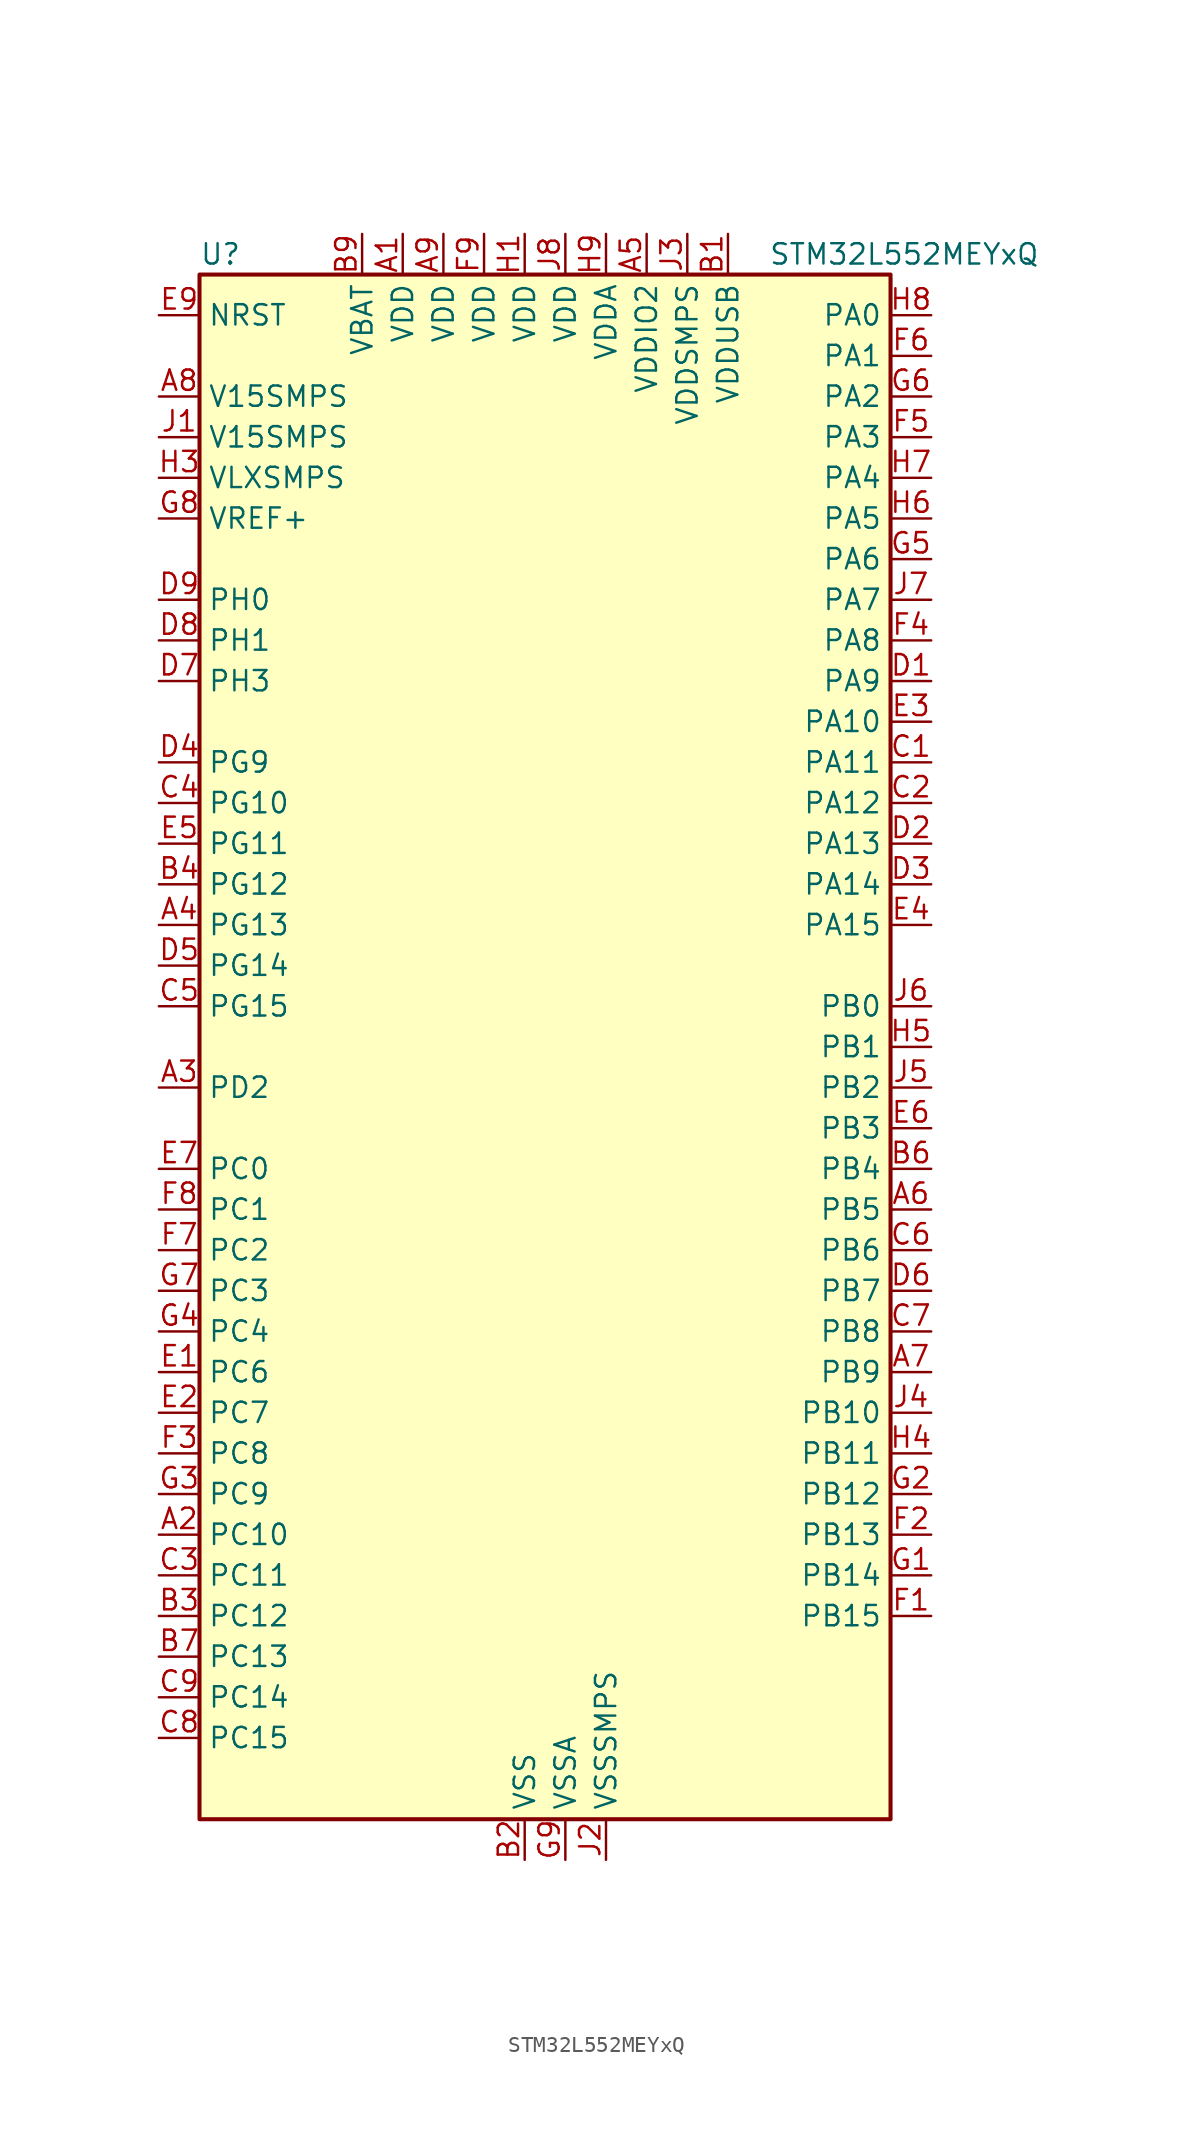
<source format=kicad_sym>
(kicad_symbol_lib
  (version 20220914)
  (generator kicad_symbol_editor)
  (symbol "STM32L552MEYxQ"
    (property "Reference" "U"
      (at -20.32 49.53 0)
      (effects (font (size 1.27 1.27)) (justify left)))
    (property "Value" "STM32L552MEYxQ"
      (at 15.24 49.53 0)
      (effects (font (size 1.27 1.27)) (justify left)))
    (property "ki_locked" ""
      (at 0 0 0)
      (effects (font (size 1.27 1.27))))
    (symbol "STM32L552MEYxQ_0_1"
      (rectangle (start -20.32 -48.26) (end 22.86 48.26) (stroke (width 0.254) (type default)) (fill (type background))))
    (symbol "STM32L552MEYxQ_1_1"
      (pin power_in line (at -7.62 50.8 270) (length 2.54) (name "VDD" (effects (font (size 1.27 1.27)))) (number "A1" (effects (font (size 1.27 1.27)))))
      (pin bidirectional line (at -22.86 -30.48 0) (length 2.54) (name "PC10" (effects (font (size 1.27 1.27)))) (number "A2" (effects (font (size 1.27 1.27)))) (alternate "DEBUG_TRACED1" bidirectional line) (alternate "LPTIM3_ETR" bidirectional line) (alternate "SAI2_SCK_B" bidirectional line) (alternate "SDMMC1_D2" bidirectional line) (alternate "SPI3_SCK" bidirectional line) (alternate "TSC_G3_IO2" bidirectional line) (alternate "UART4_TX" bidirectional line) (alternate "USART3_TX" bidirectional line))
      (pin bidirectional line (at -22.86 -2.54 0) (length 2.54) (name "PD2" (effects (font (size 1.27 1.27)))) (number "A3" (effects (font (size 1.27 1.27)))) (alternate "DEBUG_TRACED2" bidirectional line) (alternate "SDMMC1_CMD" bidirectional line) (alternate "TIM3_ETR" bidirectional line) (alternate "TSC_SYNC" bidirectional line) (alternate "UART5_RX" bidirectional line) (alternate "USART3_DE" bidirectional line) (alternate "USART3_RTS" bidirectional line))
      (pin bidirectional line (at -22.86 7.62 0) (length 2.54) (name "PG13" (effects (font (size 1.27 1.27)))) (number "A4" (effects (font (size 1.27 1.27)))) (alternate "I2C1_SDA" bidirectional line) (alternate "USART1_CK" bidirectional line))
      (pin power_in line (at 7.62 50.8 270) (length 2.54) (name "VDDIO2" (effects (font (size 1.27 1.27)))) (number "A5" (effects (font (size 1.27 1.27)))))
      (pin bidirectional line (at 25.4 -10.16 180) (length 2.54) (name "PB5" (effects (font (size 1.27 1.27)))) (number "A6" (effects (font (size 1.27 1.27)))) (alternate "COMP2_OUT" bidirectional line) (alternate "I2C1_SMBA" bidirectional line) (alternate "LPTIM1_IN1" bidirectional line) (alternate "OCTOSPI1_NCLK" bidirectional line) (alternate "SAI1_SD_B" bidirectional line) (alternate "SPI1_MOSI" bidirectional line) (alternate "SPI3_MOSI" bidirectional line) (alternate "TIM16_BKIN" bidirectional line) (alternate "TIM3_CH2" bidirectional line) (alternate "TSC_G2_IO2" bidirectional line) (alternate "UART5_CTS" bidirectional line) (alternate "UCPD1_DBCC1" bidirectional line) (alternate "USART1_CK" bidirectional line))
      (pin bidirectional line (at 25.4 -20.32 180) (length 2.54) (name "PB9" (effects (font (size 1.27 1.27)))) (number "A7" (effects (font (size 1.27 1.27)))) (alternate "DAC1_EXTI9" bidirectional line) (alternate "FDCAN1_TX" bidirectional line) (alternate "I2C1_SDA" bidirectional line) (alternate "IR_OUT" bidirectional line) (alternate "SAI1_D2" bidirectional line) (alternate "SAI1_FS_A" bidirectional line) (alternate "SDMMC1_CDIR" bidirectional line) (alternate "SDMMC1_D5" bidirectional line) (alternate "SPI2_NSS" bidirectional line) (alternate "TIM17_CH1" bidirectional line) (alternate "TIM4_CH4" bidirectional line))
      (pin power_in line (at -22.86 40.64 0) (length 2.54) (name "V15SMPS" (effects (font (size 1.27 1.27)))) (number "A8" (effects (font (size 1.27 1.27)))))
      (pin power_in line (at -5.08 50.8 270) (length 2.54) (name "VDD" (effects (font (size 1.27 1.27)))) (number "A9" (effects (font (size 1.27 1.27)))))
      (pin power_in line (at 12.7 50.8 270) (length 2.54) (name "VDDUSB" (effects (font (size 1.27 1.27)))) (number "B1" (effects (font (size 1.27 1.27)))))
      (pin power_in line (at 0 -50.8 90) (length 2.54) (name "VSS" (effects (font (size 1.27 1.27)))) (number "B2" (effects (font (size 1.27 1.27)))))
      (pin bidirectional line (at -22.86 -35.56 0) (length 2.54) (name "PC12" (effects (font (size 1.27 1.27)))) (number "B3" (effects (font (size 1.27 1.27)))) (alternate "DEBUG_TRACED3" bidirectional line) (alternate "SAI2_SD_B" bidirectional line) (alternate "SDMMC1_CK" bidirectional line) (alternate "SPI3_MOSI" bidirectional line) (alternate "TSC_G3_IO4" bidirectional line) (alternate "UART5_TX" bidirectional line) (alternate "USART3_CK" bidirectional line))
      (pin bidirectional line (at -22.86 10.16 0) (length 2.54) (name "PG12" (effects (font (size 1.27 1.27)))) (number "B4" (effects (font (size 1.27 1.27)))) (alternate "LPTIM1_ETR" bidirectional line) (alternate "SAI2_SD_A" bidirectional line) (alternate "SPI3_NSS" bidirectional line) (alternate "USART1_DE" bidirectional line) (alternate "USART1_RTS" bidirectional line))
      (pin passive line (at 0 -50.8 90) (length 2.54) hide (name "VSS" (effects (font (size 1.27 1.27)))) (number "B5" (effects (font (size 1.27 1.27)))))
      (pin bidirectional line (at 25.4 -7.62 180) (length 2.54) (name "PB4" (effects (font (size 1.27 1.27)))) (number "B6" (effects (font (size 1.27 1.27)))) (alternate "COMP2_INP" bidirectional line) (alternate "DEBUG_JTRST" bidirectional line) (alternate "I2C3_SDA" bidirectional line) (alternate "SAI1_MCLK_B" bidirectional line) (alternate "SPI1_MISO" bidirectional line) (alternate "SPI3_MISO" bidirectional line) (alternate "TIM17_BKIN" bidirectional line) (alternate "TIM3_CH1" bidirectional line) (alternate "TSC_G2_IO1" bidirectional line) (alternate "UART5_DE" bidirectional line) (alternate "UART5_RTS" bidirectional line) (alternate "USART1_CTS" bidirectional line) (alternate "USART1_NSS" bidirectional line))
      (pin bidirectional line (at -22.86 -38.1 0) (length 2.54) (name "PC13" (effects (font (size 1.27 1.27)))) (number "B7" (effects (font (size 1.27 1.27)))) (alternate "PWR_WKUP2" bidirectional line) (alternate "RTC_OUT1" bidirectional line) (alternate "RTC_TS" bidirectional line) (alternate "TAMP_IN1" bidirectional line) (alternate "TAMP_OUT2" bidirectional line))
      (pin passive line (at 0 -50.8 90) (length 2.54) hide (name "VSS" (effects (font (size 1.27 1.27)))) (number "B8" (effects (font (size 1.27 1.27)))))
      (pin power_in line (at -10.16 50.8 270) (length 2.54) (name "VBAT" (effects (font (size 1.27 1.27)))) (number "B9" (effects (font (size 1.27 1.27)))))
      (pin bidirectional line (at 25.4 17.78 180) (length 2.54) (name "PA11" (effects (font (size 1.27 1.27)))) (number "C1" (effects (font (size 1.27 1.27)))) (alternate "ADC1_EXTI11" bidirectional line) (alternate "ADC2_EXTI11" bidirectional line) (alternate "FDCAN1_RX" bidirectional line) (alternate "SPI1_MISO" bidirectional line) (alternate "TIM1_BKIN2" bidirectional line) (alternate "TIM1_CH4" bidirectional line) (alternate "USART1_CTS" bidirectional line) (alternate "USART1_NSS" bidirectional line) (alternate "USB_DM" bidirectional line))
      (pin bidirectional line (at 25.4 15.24 180) (length 2.54) (name "PA12" (effects (font (size 1.27 1.27)))) (number "C2" (effects (font (size 1.27 1.27)))) (alternate "FDCAN1_TX" bidirectional line) (alternate "SPI1_MOSI" bidirectional line) (alternate "TIM1_ETR" bidirectional line) (alternate "USART1_DE" bidirectional line) (alternate "USART1_RTS" bidirectional line) (alternate "USB_DP" bidirectional line))
      (pin bidirectional line (at -22.86 -33.02 0) (length 2.54) (name "PC11" (effects (font (size 1.27 1.27)))) (number "C3" (effects (font (size 1.27 1.27)))) (alternate "ADC1_EXTI11" bidirectional line) (alternate "ADC2_EXTI11" bidirectional line) (alternate "LPTIM3_IN1" bidirectional line) (alternate "OCTOSPI1_NCS" bidirectional line) (alternate "SAI2_MCLK_B" bidirectional line) (alternate "SDMMC1_D3" bidirectional line) (alternate "SPI3_MISO" bidirectional line) (alternate "TSC_G3_IO3" bidirectional line) (alternate "UART4_RX" bidirectional line) (alternate "UCPD1_FRSTX2" bidirectional line) (alternate "USART3_RX" bidirectional line))
      (pin bidirectional line (at -22.86 15.24 0) (length 2.54) (name "PG10" (effects (font (size 1.27 1.27)))) (number "C4" (effects (font (size 1.27 1.27)))) (alternate "LPTIM1_IN1" bidirectional line) (alternate "SAI2_FS_A" bidirectional line) (alternate "SPI3_MISO" bidirectional line) (alternate "TIM15_CH1" bidirectional line) (alternate "USART1_RX" bidirectional line))
      (pin bidirectional line (at -22.86 2.54 0) (length 2.54) (name "PG15" (effects (font (size 1.27 1.27)))) (number "C5" (effects (font (size 1.27 1.27)))) (alternate "ADC1_EXTI15" bidirectional line) (alternate "ADC2_EXTI15" bidirectional line) (alternate "I2C1_SMBA" bidirectional line) (alternate "LPTIM1_OUT" bidirectional line))
      (pin bidirectional line (at 25.4 -12.7 180) (length 2.54) (name "PB6" (effects (font (size 1.27 1.27)))) (number "C6" (effects (font (size 1.27 1.27)))) (alternate "COMP2_INP" bidirectional line) (alternate "I2C1_SCL" bidirectional line) (alternate "I2C4_SCL" bidirectional line) (alternate "LPTIM1_ETR" bidirectional line) (alternate "SAI1_FS_B" bidirectional line) (alternate "TIM16_CH1N" bidirectional line) (alternate "TIM4_CH1" bidirectional line) (alternate "TIM8_BKIN2" bidirectional line) (alternate "TSC_G2_IO3" bidirectional line) (alternate "USART1_TX" bidirectional line))
      (pin bidirectional line (at 25.4 -17.78 180) (length 2.54) (name "PB8" (effects (font (size 1.27 1.27)))) (number "C7" (effects (font (size 1.27 1.27)))) (alternate "DFSDM1_CKOUT" bidirectional line) (alternate "FDCAN1_RX" bidirectional line) (alternate "I2C1_SCL" bidirectional line) (alternate "SAI1_CK1" bidirectional line) (alternate "SAI1_MCLK_A" bidirectional line) (alternate "SDMMC1_CKIN" bidirectional line) (alternate "SDMMC1_D4" bidirectional line) (alternate "TIM16_CH1" bidirectional line) (alternate "TIM4_CH3" bidirectional line))
      (pin bidirectional line (at -22.86 -43.18 0) (length 2.54) (name "PC15" (effects (font (size 1.27 1.27)))) (number "C8" (effects (font (size 1.27 1.27)))) (alternate "ADC1_EXTI15" bidirectional line) (alternate "ADC2_EXTI15" bidirectional line) (alternate "RCC_OSC32_OUT" bidirectional line))
      (pin bidirectional line (at -22.86 -40.64 0) (length 2.54) (name "PC14" (effects (font (size 1.27 1.27)))) (number "C9" (effects (font (size 1.27 1.27)))) (alternate "RCC_OSC32_IN" bidirectional line))
      (pin bidirectional line (at 25.4 22.86 180) (length 2.54) (name "PA9" (effects (font (size 1.27 1.27)))) (number "D1" (effects (font (size 1.27 1.27)))) (alternate "DAC1_EXTI9" bidirectional line) (alternate "SAI1_FS_A" bidirectional line) (alternate "SPI2_SCK" bidirectional line) (alternate "TIM15_BKIN" bidirectional line) (alternate "TIM1_CH2" bidirectional line) (alternate "USART1_TX" bidirectional line))
      (pin bidirectional line (at 25.4 12.7 180) (length 2.54) (name "PA13" (effects (font (size 1.27 1.27)))) (number "D2" (effects (font (size 1.27 1.27)))) (alternate "DEBUG_JTMS-SWDIO" bidirectional line) (alternate "IR_OUT" bidirectional line) (alternate "SAI1_SD_B" bidirectional line) (alternate "USB_NOE" bidirectional line))
      (pin bidirectional line (at 25.4 10.16 180) (length 2.54) (name "PA14" (effects (font (size 1.27 1.27)))) (number "D3" (effects (font (size 1.27 1.27)))) (alternate "DEBUG_JTCK-SWCLK" bidirectional line) (alternate "I2C1_SMBA" bidirectional line) (alternate "I2C4_SMBA" bidirectional line) (alternate "LPTIM1_OUT" bidirectional line) (alternate "SAI1_FS_B" bidirectional line))
      (pin bidirectional line (at -22.86 17.78 0) (length 2.54) (name "PG9" (effects (font (size 1.27 1.27)))) (number "D4" (effects (font (size 1.27 1.27)))) (alternate "DAC1_EXTI9" bidirectional line) (alternate "SAI2_SCK_A" bidirectional line) (alternate "SPI3_SCK" bidirectional line) (alternate "TIM15_CH1N" bidirectional line) (alternate "USART1_TX" bidirectional line))
      (pin bidirectional line (at -22.86 5.08 0) (length 2.54) (name "PG14" (effects (font (size 1.27 1.27)))) (number "D5" (effects (font (size 1.27 1.27)))) (alternate "I2C1_SCL" bidirectional line))
      (pin bidirectional line (at 25.4 -15.24 180) (length 2.54) (name "PB7" (effects (font (size 1.27 1.27)))) (number "D6" (effects (font (size 1.27 1.27)))) (alternate "COMP2_INM" bidirectional line) (alternate "I2C1_SDA" bidirectional line) (alternate "I2C4_SDA" bidirectional line) (alternate "LPTIM1_IN2" bidirectional line) (alternate "PWR_PVD_IN" bidirectional line) (alternate "TIM17_CH1N" bidirectional line) (alternate "TIM4_CH2" bidirectional line) (alternate "TIM8_BKIN" bidirectional line) (alternate "TSC_G2_IO4" bidirectional line) (alternate "UART4_CTS" bidirectional line) (alternate "USART1_RX" bidirectional line))
      (pin bidirectional line (at -22.86 22.86 0) (length 2.54) (name "PH3" (effects (font (size 1.27 1.27)))) (number "D7" (effects (font (size 1.27 1.27)))))
      (pin bidirectional line (at -22.86 25.4 0) (length 2.54) (name "PH1" (effects (font (size 1.27 1.27)))) (number "D8" (effects (font (size 1.27 1.27)))) (alternate "RCC_OSC_OUT" bidirectional line))
      (pin bidirectional line (at -22.86 27.94 0) (length 2.54) (name "PH0" (effects (font (size 1.27 1.27)))) (number "D9" (effects (font (size 1.27 1.27)))) (alternate "RCC_OSC_IN" bidirectional line))
      (pin bidirectional line (at -22.86 -20.32 0) (length 2.54) (name "PC6" (effects (font (size 1.27 1.27)))) (number "E1" (effects (font (size 1.27 1.27)))) (alternate "DFSDM1_CKIN3" bidirectional line) (alternate "SAI2_MCLK_A" bidirectional line) (alternate "SDMMC1_D0DIR" bidirectional line) (alternate "SDMMC1_D6" bidirectional line) (alternate "TIM3_CH1" bidirectional line) (alternate "TIM8_CH1" bidirectional line) (alternate "TSC_G4_IO1" bidirectional line))
      (pin bidirectional line (at -22.86 -22.86 0) (length 2.54) (name "PC7" (effects (font (size 1.27 1.27)))) (number "E2" (effects (font (size 1.27 1.27)))) (alternate "DFSDM1_DATIN3" bidirectional line) (alternate "SAI2_MCLK_B" bidirectional line) (alternate "SDMMC1_D123DIR" bidirectional line) (alternate "SDMMC1_D7" bidirectional line) (alternate "TIM3_CH2" bidirectional line) (alternate "TIM8_CH2" bidirectional line) (alternate "TSC_G4_IO2" bidirectional line))
      (pin bidirectional line (at 25.4 20.32 180) (length 2.54) (name "PA10" (effects (font (size 1.27 1.27)))) (number "E3" (effects (font (size 1.27 1.27)))) (alternate "CRS_SYNC" bidirectional line) (alternate "SAI1_D1" bidirectional line) (alternate "SAI1_SD_A" bidirectional line) (alternate "TIM17_BKIN" bidirectional line) (alternate "TIM1_CH3" bidirectional line) (alternate "USART1_RX" bidirectional line))
      (pin bidirectional line (at 25.4 7.62 180) (length 2.54) (name "PA15" (effects (font (size 1.27 1.27)))) (number "E4" (effects (font (size 1.27 1.27)))) (alternate "ADC1_EXTI15" bidirectional line) (alternate "ADC2_EXTI15" bidirectional line) (alternate "DEBUG_JTDI" bidirectional line) (alternate "SAI2_FS_B" bidirectional line) (alternate "SPI1_NSS" bidirectional line) (alternate "SPI3_NSS" bidirectional line) (alternate "TIM2_CH1" bidirectional line) (alternate "TIM2_ETR" bidirectional line) (alternate "UART4_DE" bidirectional line) (alternate "UART4_RTS" bidirectional line) (alternate "UCPD1_CC1" bidirectional line) (alternate "USART2_RX" bidirectional line) (alternate "USART3_DE" bidirectional line) (alternate "USART3_RTS" bidirectional line))
      (pin bidirectional line (at -22.86 12.7 0) (length 2.54) (name "PG11" (effects (font (size 1.27 1.27)))) (number "E5" (effects (font (size 1.27 1.27)))) (alternate "ADC1_EXTI11" bidirectional line) (alternate "ADC2_EXTI11" bidirectional line) (alternate "LPTIM1_IN2" bidirectional line) (alternate "OCTOSPI1_IO5" bidirectional line) (alternate "SAI2_MCLK_A" bidirectional line) (alternate "SPI3_MOSI" bidirectional line) (alternate "TIM15_CH2" bidirectional line) (alternate "USART1_CTS" bidirectional line) (alternate "USART1_NSS" bidirectional line))
      (pin bidirectional line (at 25.4 -5.08 180) (length 2.54) (name "PB3" (effects (font (size 1.27 1.27)))) (number "E6" (effects (font (size 1.27 1.27)))) (alternate "COMP2_INM" bidirectional line) (alternate "CRS_SYNC" bidirectional line) (alternate "DEBUG_JTDO-SWO" bidirectional line) (alternate "SAI1_SCK_B" bidirectional line) (alternate "SPI1_SCK" bidirectional line) (alternate "SPI3_SCK" bidirectional line) (alternate "TIM2_CH2" bidirectional line) (alternate "USART1_DE" bidirectional line) (alternate "USART1_RTS" bidirectional line))
      (pin bidirectional line (at -22.86 -7.62 0) (length 2.54) (name "PC0" (effects (font (size 1.27 1.27)))) (number "E7" (effects (font (size 1.27 1.27)))) (alternate "ADC1_IN1" bidirectional line) (alternate "ADC2_IN1" bidirectional line) (alternate "I2C3_SCL" bidirectional line) (alternate "LPTIM1_IN1" bidirectional line) (alternate "LPTIM2_IN1" bidirectional line) (alternate "LPUART1_RX" bidirectional line) (alternate "OCTOSPI1_IO7" bidirectional line) (alternate "SAI2_FS_A" bidirectional line) (alternate "SDMMC1_D5" bidirectional line))
      (pin passive line (at 0 -50.8 90) (length 2.54) hide (name "VSS" (effects (font (size 1.27 1.27)))) (number "E8" (effects (font (size 1.27 1.27)))))
      (pin input line (at -22.86 45.72 0) (length 2.54) (name "NRST" (effects (font (size 1.27 1.27)))) (number "E9" (effects (font (size 1.27 1.27)))))
      (pin bidirectional line (at 25.4 -35.56 180) (length 2.54) (name "PB15" (effects (font (size 1.27 1.27)))) (number "F1" (effects (font (size 1.27 1.27)))) (alternate "ADC1_EXTI15" bidirectional line) (alternate "ADC2_EXTI15" bidirectional line) (alternate "DFSDM1_CKIN2" bidirectional line) (alternate "RTC_REFIN" bidirectional line) (alternate "SAI2_SD_A" bidirectional line) (alternate "SPI2_MOSI" bidirectional line) (alternate "TIM15_CH2" bidirectional line) (alternate "TIM1_CH3N" bidirectional line) (alternate "TIM8_CH3N" bidirectional line) (alternate "UCPD1_CC2" bidirectional line))
      (pin bidirectional line (at 25.4 -30.48 180) (length 2.54) (name "PB13" (effects (font (size 1.27 1.27)))) (number "F2" (effects (font (size 1.27 1.27)))) (alternate "DFSDM1_CKIN1" bidirectional line) (alternate "I2C2_SCL" bidirectional line) (alternate "LPTIM3_IN1" bidirectional line) (alternate "LPUART1_CTS" bidirectional line) (alternate "SAI2_SCK_A" bidirectional line) (alternate "SPI2_SCK" bidirectional line) (alternate "TIM15_CH1N" bidirectional line) (alternate "TIM1_CH1N" bidirectional line) (alternate "TSC_G1_IO2" bidirectional line) (alternate "UCPD1_FRSTX2" bidirectional line) (alternate "USART3_CTS" bidirectional line) (alternate "USART3_NSS" bidirectional line))
      (pin bidirectional line (at -22.86 -25.4 0) (length 2.54) (name "PC8" (effects (font (size 1.27 1.27)))) (number "F3" (effects (font (size 1.27 1.27)))) (alternate "SDMMC1_D0" bidirectional line) (alternate "TIM3_CH3" bidirectional line) (alternate "TIM8_CH3" bidirectional line) (alternate "TSC_G4_IO3" bidirectional line))
      (pin bidirectional line (at 25.4 25.4 180) (length 2.54) (name "PA8" (effects (font (size 1.27 1.27)))) (number "F4" (effects (font (size 1.27 1.27)))) (alternate "LPTIM2_OUT" bidirectional line) (alternate "RCC_MCO" bidirectional line) (alternate "SAI1_CK2" bidirectional line) (alternate "SAI1_SCK_A" bidirectional line) (alternate "TIM1_CH1" bidirectional line) (alternate "USART1_CK" bidirectional line))
      (pin bidirectional line (at 25.4 38.1 180) (length 2.54) (name "PA3" (effects (font (size 1.27 1.27)))) (number "F5" (effects (font (size 1.27 1.27)))) (alternate "ADC1_IN8" bidirectional line) (alternate "ADC2_IN8" bidirectional line) (alternate "LPUART1_RX" bidirectional line) (alternate "OCTOSPI1_CLK" bidirectional line) (alternate "OPAMP1_VOUT" bidirectional line) (alternate "SAI1_CK1" bidirectional line) (alternate "SAI1_MCLK_A" bidirectional line) (alternate "TIM15_CH2" bidirectional line) (alternate "TIM2_CH4" bidirectional line) (alternate "TIM5_CH4" bidirectional line) (alternate "USART2_RX" bidirectional line))
      (pin bidirectional line (at 25.4 43.18 180) (length 2.54) (name "PA1" (effects (font (size 1.27 1.27)))) (number "F6" (effects (font (size 1.27 1.27)))) (alternate "ADC1_IN6" bidirectional line) (alternate "ADC2_IN6" bidirectional line) (alternate "I2C1_SMBA" bidirectional line) (alternate "OCTOSPI1_DQS" bidirectional line) (alternate "OPAMP1_VINM" bidirectional line) (alternate "SPI1_SCK" bidirectional line) (alternate "TAMP_IN5" bidirectional line) (alternate "TAMP_OUT4" bidirectional line) (alternate "TIM15_CH1N" bidirectional line) (alternate "TIM2_CH2" bidirectional line) (alternate "TIM5_CH2" bidirectional line) (alternate "UART4_RX" bidirectional line) (alternate "USART2_DE" bidirectional line) (alternate "USART2_RTS" bidirectional line))
      (pin bidirectional line (at -22.86 -12.7 0) (length 2.54) (name "PC2" (effects (font (size 1.27 1.27)))) (number "F7" (effects (font (size 1.27 1.27)))) (alternate "ADC1_IN3" bidirectional line) (alternate "ADC2_IN3" bidirectional line) (alternate "DFSDM1_CKOUT" bidirectional line) (alternate "LPTIM1_IN2" bidirectional line) (alternate "OCTOSPI1_IO5" bidirectional line) (alternate "SPI2_MISO" bidirectional line))
      (pin bidirectional line (at -22.86 -10.16 0) (length 2.54) (name "PC1" (effects (font (size 1.27 1.27)))) (number "F8" (effects (font (size 1.27 1.27)))) (alternate "ADC1_IN2" bidirectional line) (alternate "ADC2_IN2" bidirectional line) (alternate "DEBUG_TRACED0" bidirectional line) (alternate "I2C3_SDA" bidirectional line) (alternate "LPTIM1_OUT" bidirectional line) (alternate "LPUART1_TX" bidirectional line) (alternate "OCTOSPI1_IO4" bidirectional line) (alternate "SAI1_SD_A" bidirectional line) (alternate "SPI2_MOSI" bidirectional line))
      (pin power_in line (at -2.54 50.8 270) (length 2.54) (name "VDD" (effects (font (size 1.27 1.27)))) (number "F9" (effects (font (size 1.27 1.27)))))
      (pin bidirectional line (at 25.4 -33.02 180) (length 2.54) (name "PB14" (effects (font (size 1.27 1.27)))) (number "G1" (effects (font (size 1.27 1.27)))) (alternate "DFSDM1_DATIN2" bidirectional line) (alternate "I2C2_SDA" bidirectional line) (alternate "LPTIM3_ETR" bidirectional line) (alternate "SAI2_MCLK_A" bidirectional line) (alternate "SPI2_MISO" bidirectional line) (alternate "TIM15_CH1" bidirectional line) (alternate "TIM1_CH2N" bidirectional line) (alternate "TIM8_CH2N" bidirectional line) (alternate "TSC_G1_IO3" bidirectional line) (alternate "UCPD1_DBCC2" bidirectional line) (alternate "USART3_DE" bidirectional line) (alternate "USART3_RTS" bidirectional line))
      (pin bidirectional line (at 25.4 -27.94 180) (length 2.54) (name "PB12" (effects (font (size 1.27 1.27)))) (number "G2" (effects (font (size 1.27 1.27)))) (alternate "DFSDM1_DATIN1" bidirectional line) (alternate "I2C2_SMBA" bidirectional line) (alternate "LPUART1_DE" bidirectional line) (alternate "LPUART1_RTS" bidirectional line) (alternate "OCTOSPI1_NCLK" bidirectional line) (alternate "SAI2_FS_A" bidirectional line) (alternate "SPI2_NSS" bidirectional line) (alternate "TIM15_BKIN" bidirectional line) (alternate "TIM1_BKIN" bidirectional line) (alternate "TSC_G1_IO1" bidirectional line) (alternate "USART3_CK" bidirectional line))
      (pin bidirectional line (at -22.86 -27.94 0) (length 2.54) (name "PC9" (effects (font (size 1.27 1.27)))) (number "G3" (effects (font (size 1.27 1.27)))) (alternate "DAC1_EXTI9" bidirectional line) (alternate "DEBUG_TRACED0" bidirectional line) (alternate "SAI2_EXTCLK" bidirectional line) (alternate "SDMMC1_D1" bidirectional line) (alternate "TIM3_CH4" bidirectional line) (alternate "TIM8_BKIN2" bidirectional line) (alternate "TIM8_CH4" bidirectional line) (alternate "TSC_G4_IO4" bidirectional line) (alternate "USB_NOE" bidirectional line))
      (pin bidirectional line (at -22.86 -17.78 0) (length 2.54) (name "PC4" (effects (font (size 1.27 1.27)))) (number "G4" (effects (font (size 1.27 1.27)))) (alternate "ADC1_IN13" bidirectional line) (alternate "ADC2_IN13" bidirectional line) (alternate "COMP1_INM" bidirectional line) (alternate "OCTOSPI1_IO7" bidirectional line) (alternate "USART3_TX" bidirectional line))
      (pin bidirectional line (at 25.4 30.48 180) (length 2.54) (name "PA6" (effects (font (size 1.27 1.27)))) (number "G5" (effects (font (size 1.27 1.27)))) (alternate "ADC1_IN11" bidirectional line) (alternate "ADC2_IN11" bidirectional line) (alternate "LPUART1_CTS" bidirectional line) (alternate "OCTOSPI1_IO3" bidirectional line) (alternate "OPAMP2_VINP" bidirectional line) (alternate "SPI1_MISO" bidirectional line) (alternate "TIM16_CH1" bidirectional line) (alternate "TIM1_BKIN" bidirectional line) (alternate "TIM3_CH1" bidirectional line) (alternate "TIM8_BKIN" bidirectional line) (alternate "USART3_CTS" bidirectional line) (alternate "USART3_NSS" bidirectional line))
      (pin bidirectional line (at 25.4 40.64 180) (length 2.54) (name "PA2" (effects (font (size 1.27 1.27)))) (number "G6" (effects (font (size 1.27 1.27)))) (alternate "ADC1_IN7" bidirectional line) (alternate "ADC2_IN7" bidirectional line) (alternate "COMP1_INP" bidirectional line) (alternate "LPUART1_TX" bidirectional line) (alternate "OCTOSPI1_NCS" bidirectional line) (alternate "PWR_WKUP4" bidirectional line) (alternate "RCC_LSCO" bidirectional line) (alternate "SAI2_EXTCLK" bidirectional line) (alternate "TIM15_CH1" bidirectional line) (alternate "TIM2_CH3" bidirectional line) (alternate "TIM5_CH3" bidirectional line) (alternate "UCPD1_FRSTX1" bidirectional line) (alternate "USART2_TX" bidirectional line))
      (pin bidirectional line (at -22.86 -15.24 0) (length 2.54) (name "PC3" (effects (font (size 1.27 1.27)))) (number "G7" (effects (font (size 1.27 1.27)))) (alternate "ADC1_IN4" bidirectional line) (alternate "ADC2_IN4" bidirectional line) (alternate "LPTIM1_ETR" bidirectional line) (alternate "LPTIM2_ETR" bidirectional line) (alternate "LPTIM3_OUT" bidirectional line) (alternate "OCTOSPI1_IO6" bidirectional line) (alternate "SAI1_D1" bidirectional line) (alternate "SAI1_SD_A" bidirectional line) (alternate "SPI2_MOSI" bidirectional line))
      (pin input line (at -22.86 33.02 0) (length 2.54) (name "VREF+" (effects (font (size 1.27 1.27)))) (number "G8" (effects (font (size 1.27 1.27)))))
      (pin power_in line (at 2.54 -50.8 90) (length 2.54) (name "VSSA" (effects (font (size 1.27 1.27)))) (number "G9" (effects (font (size 1.27 1.27)))))
      (pin power_in line (at 0 50.8 270) (length 2.54) (name "VDD" (effects (font (size 1.27 1.27)))) (number "H1" (effects (font (size 1.27 1.27)))))
      (pin passive line (at 0 -50.8 90) (length 2.54) hide (name "VSS" (effects (font (size 1.27 1.27)))) (number "H2" (effects (font (size 1.27 1.27)))))
      (pin power_in line (at -22.86 35.56 0) (length 2.54) (name "VLXSMPS" (effects (font (size 1.27 1.27)))) (number "H3" (effects (font (size 1.27 1.27)))))
      (pin bidirectional line (at 25.4 -25.4 180) (length 2.54) (name "PB11" (effects (font (size 1.27 1.27)))) (number "H4" (effects (font (size 1.27 1.27)))) (alternate "ADC1_EXTI11" bidirectional line) (alternate "ADC2_EXTI11" bidirectional line) (alternate "COMP2_OUT" bidirectional line) (alternate "I2C2_SDA" bidirectional line) (alternate "I2C4_SDA" bidirectional line) (alternate "LPUART1_TX" bidirectional line) (alternate "OCTOSPI1_NCS" bidirectional line) (alternate "TIM2_CH4" bidirectional line) (alternate "USART3_RX" bidirectional line))
      (pin bidirectional line (at 25.4 0 180) (length 2.54) (name "PB1" (effects (font (size 1.27 1.27)))) (number "H5" (effects (font (size 1.27 1.27)))) (alternate "ADC1_IN16" bidirectional line) (alternate "ADC2_IN16" bidirectional line) (alternate "COMP1_INM" bidirectional line) (alternate "DFSDM1_DATIN0" bidirectional line) (alternate "LPTIM2_IN1" bidirectional line) (alternate "LPUART1_DE" bidirectional line) (alternate "LPUART1_RTS" bidirectional line) (alternate "OCTOSPI1_IO0" bidirectional line) (alternate "TIM1_CH3N" bidirectional line) (alternate "TIM3_CH4" bidirectional line) (alternate "TIM8_CH3N" bidirectional line) (alternate "USART3_DE" bidirectional line) (alternate "USART3_RTS" bidirectional line))
      (pin bidirectional line (at 25.4 33.02 180) (length 2.54) (name "PA5" (effects (font (size 1.27 1.27)))) (number "H6" (effects (font (size 1.27 1.27)))) (alternate "ADC1_IN10" bidirectional line) (alternate "ADC2_IN10" bidirectional line) (alternate "DAC1_OUT2" bidirectional line) (alternate "LPTIM2_ETR" bidirectional line) (alternate "SPI1_SCK" bidirectional line) (alternate "TIM2_CH1" bidirectional line) (alternate "TIM2_ETR" bidirectional line) (alternate "TIM8_CH1N" bidirectional line))
      (pin bidirectional line (at 25.4 35.56 180) (length 2.54) (name "PA4" (effects (font (size 1.27 1.27)))) (number "H7" (effects (font (size 1.27 1.27)))) (alternate "ADC1_IN9" bidirectional line) (alternate "ADC2_IN9" bidirectional line) (alternate "DAC1_OUT1" bidirectional line) (alternate "LPTIM2_OUT" bidirectional line) (alternate "OCTOSPI1_NCS" bidirectional line) (alternate "SAI1_FS_B" bidirectional line) (alternate "SPI1_NSS" bidirectional line) (alternate "SPI3_NSS" bidirectional line) (alternate "USART2_CK" bidirectional line))
      (pin bidirectional line (at 25.4 45.72 180) (length 2.54) (name "PA0" (effects (font (size 1.27 1.27)))) (number "H8" (effects (font (size 1.27 1.27)))) (alternate "ADC1_IN5" bidirectional line) (alternate "ADC2_IN5" bidirectional line) (alternate "OPAMP1_VINP" bidirectional line) (alternate "PWR_WKUP1" bidirectional line) (alternate "SAI1_EXTCLK" bidirectional line) (alternate "TAMP_IN2" bidirectional line) (alternate "TAMP_OUT1" bidirectional line) (alternate "TIM2_CH1" bidirectional line) (alternate "TIM2_ETR" bidirectional line) (alternate "TIM5_CH1" bidirectional line) (alternate "TIM8_ETR" bidirectional line) (alternate "UART4_TX" bidirectional line) (alternate "USART2_CTS" bidirectional line) (alternate "USART2_NSS" bidirectional line))
      (pin power_in line (at 5.08 50.8 270) (length 2.54) (name "VDDA" (effects (font (size 1.27 1.27)))) (number "H9" (effects (font (size 1.27 1.27)))))
      (pin power_in line (at -22.86 38.1 0) (length 2.54) (name "V15SMPS" (effects (font (size 1.27 1.27)))) (number "J1" (effects (font (size 1.27 1.27)))))
      (pin power_in line (at 5.08 -50.8 90) (length 2.54) (name "VSSSMPS" (effects (font (size 1.27 1.27)))) (number "J2" (effects (font (size 1.27 1.27)))))
      (pin power_in line (at 10.16 50.8 270) (length 2.54) (name "VDDSMPS" (effects (font (size 1.27 1.27)))) (number "J3" (effects (font (size 1.27 1.27)))))
      (pin bidirectional line (at 25.4 -22.86 180) (length 2.54) (name "PB10" (effects (font (size 1.27 1.27)))) (number "J4" (effects (font (size 1.27 1.27)))) (alternate "COMP1_OUT" bidirectional line) (alternate "I2C2_SCL" bidirectional line) (alternate "I2C4_SCL" bidirectional line) (alternate "LPTIM3_OUT" bidirectional line) (alternate "LPUART1_RX" bidirectional line) (alternate "OCTOSPI1_CLK" bidirectional line) (alternate "SAI1_SCK_A" bidirectional line) (alternate "SPI2_SCK" bidirectional line) (alternate "TIM2_CH3" bidirectional line) (alternate "TSC_SYNC" bidirectional line) (alternate "USART3_TX" bidirectional line))
      (pin bidirectional line (at 25.4 -2.54 180) (length 2.54) (name "PB2" (effects (font (size 1.27 1.27)))) (number "J5" (effects (font (size 1.27 1.27)))) (alternate "COMP1_INP" bidirectional line) (alternate "DFSDM1_CKIN0" bidirectional line) (alternate "I2C3_SMBA" bidirectional line) (alternate "LPTIM1_OUT" bidirectional line) (alternate "OCTOSPI1_DQS" bidirectional line) (alternate "RTC_OUT2" bidirectional line) (alternate "UCPD1_FRSTX1" bidirectional line))
      (pin bidirectional line (at 25.4 2.54 180) (length 2.54) (name "PB0" (effects (font (size 1.27 1.27)))) (number "J6" (effects (font (size 1.27 1.27)))) (alternate "ADC1_IN15" bidirectional line) (alternate "ADC2_IN15" bidirectional line) (alternate "COMP1_OUT" bidirectional line) (alternate "OCTOSPI1_IO1" bidirectional line) (alternate "OPAMP2_VOUT" bidirectional line) (alternate "SAI1_EXTCLK" bidirectional line) (alternate "SPI1_NSS" bidirectional line) (alternate "TIM1_CH2N" bidirectional line) (alternate "TIM3_CH3" bidirectional line) (alternate "TIM8_CH2N" bidirectional line) (alternate "USART3_CK" bidirectional line))
      (pin bidirectional line (at 25.4 27.94 180) (length 2.54) (name "PA7" (effects (font (size 1.27 1.27)))) (number "J7" (effects (font (size 1.27 1.27)))) (alternate "ADC1_IN12" bidirectional line) (alternate "ADC2_IN12" bidirectional line) (alternate "I2C3_SCL" bidirectional line) (alternate "OCTOSPI1_IO2" bidirectional line) (alternate "OPAMP2_VINM" bidirectional line) (alternate "SPI1_MOSI" bidirectional line) (alternate "TIM17_CH1" bidirectional line) (alternate "TIM1_CH1N" bidirectional line) (alternate "TIM3_CH2" bidirectional line) (alternate "TIM8_CH1N" bidirectional line))
      (pin power_in line (at 2.54 50.8 270) (length 2.54) (name "VDD" (effects (font (size 1.27 1.27)))) (number "J8" (effects (font (size 1.27 1.27)))))
      (pin passive line (at 0 -50.8 90) (length 2.54) hide (name "VSS" (effects (font (size 1.27 1.27)))) (number "J9" (effects (font (size 1.27 1.27))))))))
</source>
